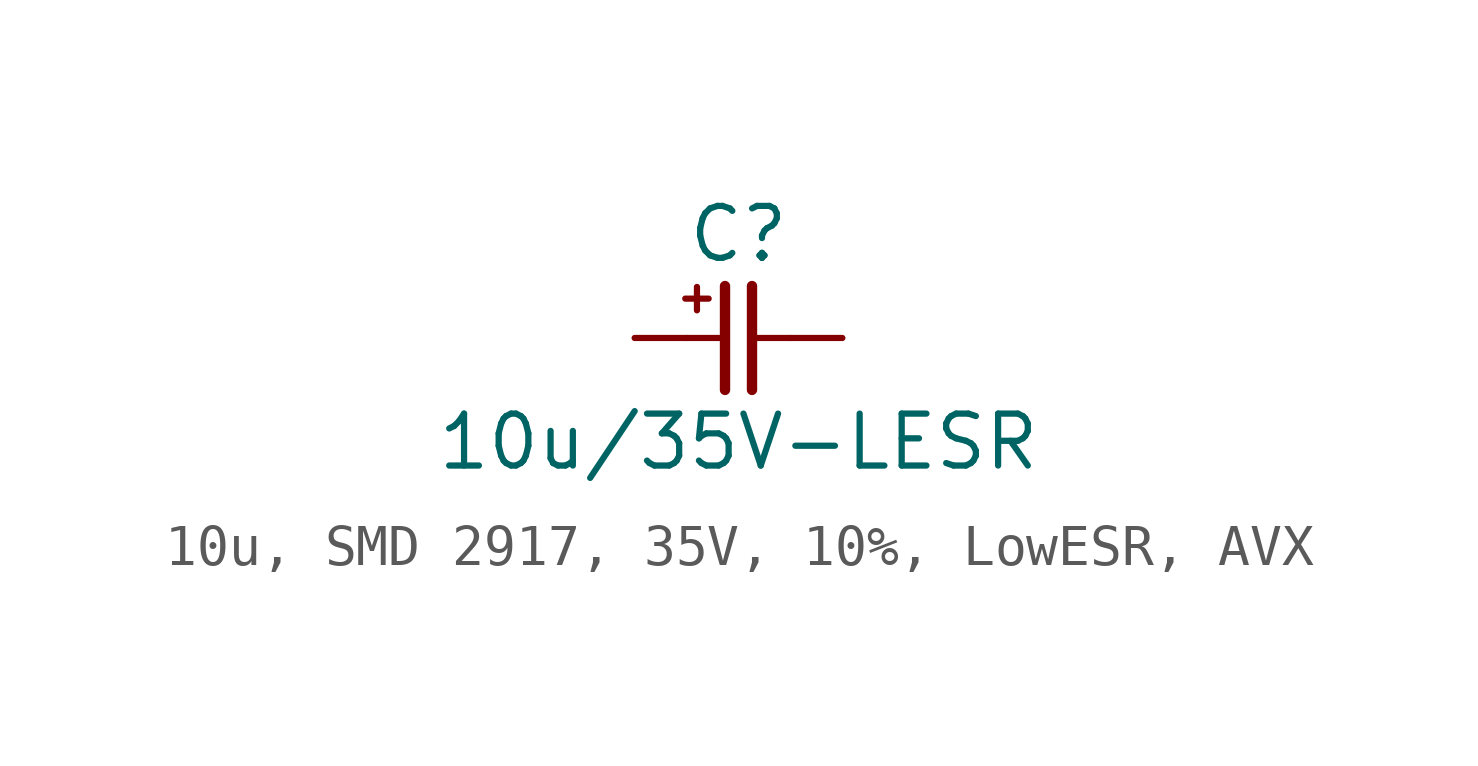
<source format=kicad_sym>
(kicad_symbol_lib
  (version 20241209)
  (generator "kicad_symbol_editor")
  (generator_version "9.0")
  (symbol "10u, SMD 2917, 35V, 10%, LowESR, AVX"
    (pin_numbers
      (hide yes))
    (pin_names
      (offset 0)
      (hide yes))
    (property "Reference" "C"
      (at 0 2.54 0)
      (effects (font (size 1.27 1.27))))
    (property "Value" "10u/35V-LESR"
      (at 0 -2.54 0)
      (effects (font (size 1.27 1.27))))
    (symbol "10u, SMD 2917, 35V, 10%, LowESR, AVX_0_0"
      (text "+" (at -1.016 1.016 0) (effects (font (size 0.75 0.75)))))
    (symbol "10u, SMD 2917, 35V, 10%, LowESR, AVX_0_1"
      (polyline (pts (xy -0.33 1.27) (xy -0.33 -1.27)) (stroke (width 0.254) (type default)) (fill (type none)))
      (polyline (pts (xy -0.318 0) (xy -1.27 0)) (stroke (width 0) (type default)) (fill (type none)))
      (polyline (pts (xy 0.33 1.27) (xy 0.33 -1.27)) (stroke (width 0.254) (type default)) (fill (type none)))
      (polyline (pts (xy 1.27 0) (xy 0.318 0)) (stroke (width 0) (type default)) (fill (type none))))
    (symbol "10u, SMD 2917, 35V, 10%, LowESR, AVX_1_1"
      (pin passive line (at -2.54 0 0) (length 1.27) (name "1" (effects (font (size 1.27 1.27)))) (number "1" (effects (font (size 1.27 1.27)))))
      (pin passive line (at 2.54 0 180) (length 1.27) (name "2" (effects (font (size 1.27 1.27)))) (number "2" (effects (font (size 1.27 1.27))))))))
</source>
